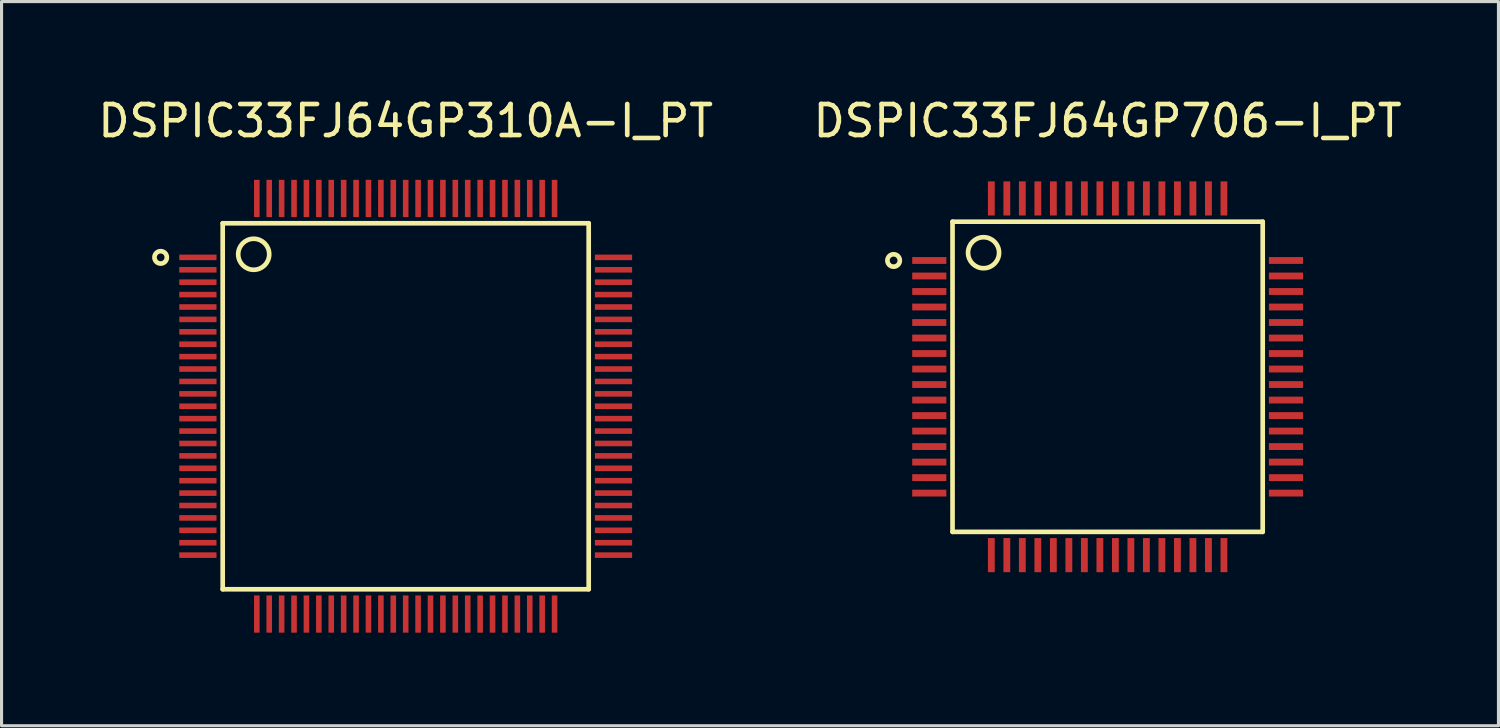
<source format=kicad_pcb>
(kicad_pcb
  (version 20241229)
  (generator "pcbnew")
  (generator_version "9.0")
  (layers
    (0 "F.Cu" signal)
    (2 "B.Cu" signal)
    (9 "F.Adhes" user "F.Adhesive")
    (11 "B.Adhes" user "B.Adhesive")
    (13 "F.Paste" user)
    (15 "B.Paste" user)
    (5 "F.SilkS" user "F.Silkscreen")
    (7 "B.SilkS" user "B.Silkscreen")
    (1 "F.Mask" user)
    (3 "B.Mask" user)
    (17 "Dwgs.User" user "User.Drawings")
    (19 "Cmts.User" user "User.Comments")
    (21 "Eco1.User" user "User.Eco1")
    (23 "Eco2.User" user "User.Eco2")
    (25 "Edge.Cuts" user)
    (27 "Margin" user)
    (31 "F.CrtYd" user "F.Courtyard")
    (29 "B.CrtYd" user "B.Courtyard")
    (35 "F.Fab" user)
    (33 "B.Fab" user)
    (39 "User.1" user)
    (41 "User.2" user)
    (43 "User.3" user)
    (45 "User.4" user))
  (footprint "DSPIC33FJ64GP310A-I_PT"
    (layer "F.Cu")
    (at 3.33 3.348)
    (property "Reference" "DSPIC33FJ64GP310A-I_PT" (at 6.7 -2.5 0) (layer "F.SilkS") (effects (font (size 1 1) (thickness 0.15))))
    (attr through_hole)
    (fp_line (start 0.8 0.8) (end 0.8 12.6) (stroke (width 0.15) (type solid)) (layer "F.SilkS"))
    (fp_line (start 0.8 0.8) (end 12.6 0.8) (stroke (width 0.15) (type solid)) (layer "F.SilkS"))
    (fp_line (start 0.8 12.6) (end 12.6 12.6) (stroke (width 0.15) (type solid)) (layer "F.SilkS"))
    (fp_line (start 12.6 12.6) (end 12.6 0.8) (stroke (width 0.15) (type solid)) (layer "F.SilkS"))
    (fp_circle (center -1.2 1.9) (end -1.2 1.7) (stroke (width 0.15) (type solid)) (fill no) (layer "F.SilkS"))
    (fp_circle (center 1.8 1.8) (end 1.8 1.3) (stroke (width 0.15) (type solid)) (fill no) (layer "F.SilkS"))
    (pad "1" smd rect (at 0 1.9) (size 1.2 0.18) (layers "F.Cu" "F.Mask" "F.Paste"))
    (pad "2" smd rect (at 0 2.3) (size 1.2 0.18) (layers "F.Cu" "F.Mask" "F.Paste"))
    (pad "3" smd rect (at 0 2.7) (size 1.2 0.18) (layers "F.Cu" "F.Mask" "F.Paste"))
    (pad "4" smd rect (at 0 3.1) (size 1.2 0.18) (layers "F.Cu" "F.Mask" "F.Paste"))
    (pad "5" smd rect (at 0 3.5) (size 1.2 0.18) (layers "F.Cu" "F.Mask" "F.Paste"))
    (pad "6" smd rect (at 0 3.9) (size 1.2 0.18) (layers "F.Cu" "F.Mask" "F.Paste"))
    (pad "7" smd rect (at 0 4.3) (size 1.2 0.18) (layers "F.Cu" "F.Mask" "F.Paste"))
    (pad "8" smd rect (at 0 4.7) (size 1.2 0.18) (layers "F.Cu" "F.Mask" "F.Paste"))
    (pad "9" smd rect (at 0 5.1) (size 1.2 0.18) (layers "F.Cu" "F.Mask" "F.Paste"))
    (pad "10" smd rect (at 0 5.5) (size 1.2 0.18) (layers "F.Cu" "F.Mask" "F.Paste"))
    (pad "11" smd rect (at 0 5.9) (size 1.2 0.18) (layers "F.Cu" "F.Mask" "F.Paste"))
    (pad "12" smd rect (at 0 6.3) (size 1.2 0.18) (layers "F.Cu" "F.Mask" "F.Paste"))
    (pad "13" smd rect (at 0 6.7) (size 1.2 0.18) (layers "F.Cu" "F.Mask" "F.Paste"))
    (pad "14" smd rect (at 0 7.1) (size 1.2 0.18) (layers "F.Cu" "F.Mask" "F.Paste"))
    (pad "15" smd rect (at 0 7.5) (size 1.2 0.18) (layers "F.Cu" "F.Mask" "F.Paste"))
    (pad "16" smd rect (at 0 7.9) (size 1.2 0.18) (layers "F.Cu" "F.Mask" "F.Paste"))
    (pad "17" smd rect (at 0 8.3) (size 1.2 0.18) (layers "F.Cu" "F.Mask" "F.Paste"))
    (pad "18" smd rect (at 0 8.7) (size 1.2 0.18) (layers "F.Cu" "F.Mask" "F.Paste"))
    (pad "19" smd rect (at 0 9.1) (size 1.2 0.18) (layers "F.Cu" "F.Mask" "F.Paste"))
    (pad "20" smd rect (at 0 9.5) (size 1.2 0.18) (layers "F.Cu" "F.Mask" "F.Paste"))
    (pad "21" smd rect (at 0 9.9) (size 1.2 0.18) (layers "F.Cu" "F.Mask" "F.Paste"))
    (pad "22" smd rect (at 0 10.3) (size 1.2 0.18) (layers "F.Cu" "F.Mask" "F.Paste"))
    (pad "23" smd rect (at 0 10.7) (size 1.2 0.18) (layers "F.Cu" "F.Mask" "F.Paste"))
    (pad "24" smd rect (at 0 11.1) (size 1.2 0.18) (layers "F.Cu" "F.Mask" "F.Paste"))
    (pad "25" smd rect (at 0 11.5) (size 1.2 0.18) (layers "F.Cu" "F.Mask" "F.Paste"))
    (pad "26" smd rect (at 1.9 13.4) (size 0.18 1.2) (layers "F.Cu" "F.Mask" "F.Paste"))
    (pad "27" smd rect (at 2.3 13.4) (size 0.18 1.2) (layers "F.Cu" "F.Mask" "F.Paste"))
    (pad "28" smd rect (at 2.7 13.4) (size 0.18 1.2) (layers "F.Cu" "F.Mask" "F.Paste"))
    (pad "29" smd rect (at 3.1 13.4) (size 0.18 1.2) (layers "F.Cu" "F.Mask" "F.Paste"))
    (pad "30" smd rect (at 3.5 13.4) (size 0.18 1.2) (layers "F.Cu" "F.Mask" "F.Paste"))
    (pad "31" smd rect (at 3.9 13.4) (size 0.18 1.2) (layers "F.Cu" "F.Mask" "F.Paste"))
    (pad "32" smd rect (at 4.3 13.4) (size 0.18 1.2) (layers "F.Cu" "F.Mask" "F.Paste"))
    (pad "33" smd rect (at 4.7 13.4) (size 0.18 1.2) (layers "F.Cu" "F.Mask" "F.Paste"))
    (pad "34" smd rect (at 5.1 13.4) (size 0.18 1.2) (layers "F.Cu" "F.Mask" "F.Paste"))
    (pad "35" smd rect (at 5.5 13.4) (size 0.18 1.2) (layers "F.Cu" "F.Mask" "F.Paste"))
    (pad "36" smd rect (at 5.9 13.4) (size 0.18 1.2) (layers "F.Cu" "F.Mask" "F.Paste"))
    (pad "37" smd rect (at 6.3 13.4) (size 0.18 1.2) (layers "F.Cu" "F.Mask" "F.Paste"))
    (pad "38" smd rect (at 6.7 13.4) (size 0.18 1.2) (layers "F.Cu" "F.Mask" "F.Paste"))
    (pad "39" smd rect (at 7.1 13.4) (size 0.18 1.2) (layers "F.Cu" "F.Mask" "F.Paste"))
    (pad "40" smd rect (at 7.5 13.4) (size 0.18 1.2) (layers "F.Cu" "F.Mask" "F.Paste"))
    (pad "41" smd rect (at 7.9 13.4) (size 0.18 1.2) (layers "F.Cu" "F.Mask" "F.Paste"))
    (pad "42" smd rect (at 8.3 13.4) (size 0.18 1.2) (layers "F.Cu" "F.Mask" "F.Paste"))
    (pad "43" smd rect (at 8.7 13.4) (size 0.18 1.2) (layers "F.Cu" "F.Mask" "F.Paste"))
    (pad "44" smd rect (at 9.1 13.4) (size 0.18 1.2) (layers "F.Cu" "F.Mask" "F.Paste"))
    (pad "45" smd rect (at 9.5 13.4) (size 0.18 1.2) (layers "F.Cu" "F.Mask" "F.Paste"))
    (pad "46" smd rect (at 9.9 13.4) (size 0.18 1.2) (layers "F.Cu" "F.Mask" "F.Paste"))
    (pad "47" smd rect (at 10.3 13.4) (size 0.18 1.2) (layers "F.Cu" "F.Mask" "F.Paste"))
    (pad "48" smd rect (at 10.7 13.4) (size 0.18 1.2) (layers "F.Cu" "F.Mask" "F.Paste"))
    (pad "49" smd rect (at 11.1 13.4) (size 0.18 1.2) (layers "F.Cu" "F.Mask" "F.Paste"))
    (pad "50" smd rect (at 11.5 13.4) (size 0.18 1.2) (layers "F.Cu" "F.Mask" "F.Paste"))
    (pad "51" smd rect (at 13.4 11.5) (size 1.2 0.18) (layers "F.Cu" "F.Mask" "F.Paste"))
    (pad "52" smd rect (at 13.4 11.1) (size 1.2 0.18) (layers "F.Cu" "F.Mask" "F.Paste"))
    (pad "53" smd rect (at 13.4 10.7) (size 1.2 0.18) (layers "F.Cu" "F.Mask" "F.Paste"))
    (pad "54" smd rect (at 13.4 10.3) (size 1.2 0.18) (layers "F.Cu" "F.Mask" "F.Paste"))
    (pad "55" smd rect (at 13.4 9.9) (size 1.2 0.18) (layers "F.Cu" "F.Mask" "F.Paste"))
    (pad "56" smd rect (at 13.4 9.5) (size 1.2 0.18) (layers "F.Cu" "F.Mask" "F.Paste"))
    (pad "57" smd rect (at 13.4 9.1) (size 1.2 0.18) (layers "F.Cu" "F.Mask" "F.Paste"))
    (pad "58" smd rect (at 13.4 8.7) (size 1.2 0.18) (layers "F.Cu" "F.Mask" "F.Paste"))
    (pad "59" smd rect (at 13.4 8.3) (size 1.2 0.18) (layers "F.Cu" "F.Mask" "F.Paste"))
    (pad "60" smd rect (at 13.4 7.9) (size 1.2 0.18) (layers "F.Cu" "F.Mask" "F.Paste"))
    (pad "61" smd rect (at 13.4 7.5) (size 1.2 0.18) (layers "F.Cu" "F.Mask" "F.Paste"))
    (pad "62" smd rect (at 13.4 7.1) (size 1.2 0.18) (layers "F.Cu" "F.Mask" "F.Paste"))
    (pad "63" smd rect (at 13.4 6.7) (size 1.2 0.18) (layers "F.Cu" "F.Mask" "F.Paste"))
    (pad "64" smd rect (at 13.4 6.3) (size 1.2 0.18) (layers "F.Cu" "F.Mask" "F.Paste"))
    (pad "65" smd rect (at 13.4 5.9) (size 1.2 0.18) (layers "F.Cu" "F.Mask" "F.Paste"))
    (pad "66" smd rect (at 13.4 5.5) (size 1.2 0.18) (layers "F.Cu" "F.Mask" "F.Paste"))
    (pad "67" smd rect (at 13.4 5.1) (size 1.2 0.18) (layers "F.Cu" "F.Mask" "F.Paste"))
    (pad "68" smd rect (at 13.4 4.7) (size 1.2 0.18) (layers "F.Cu" "F.Mask" "F.Paste"))
    (pad "69" smd rect (at 13.4 4.3) (size 1.2 0.18) (layers "F.Cu" "F.Mask" "F.Paste"))
    (pad "70" smd rect (at 13.4 3.9) (size 1.2 0.18) (layers "F.Cu" "F.Mask" "F.Paste"))
    (pad "71" smd rect (at 13.4 3.5) (size 1.2 0.18) (layers "F.Cu" "F.Mask" "F.Paste"))
    (pad "72" smd rect (at 13.4 3.1) (size 1.2 0.18) (layers "F.Cu" "F.Mask" "F.Paste"))
    (pad "73" smd rect (at 13.4 2.7) (size 1.2 0.18) (layers "F.Cu" "F.Mask" "F.Paste"))
    (pad "74" smd rect (at 13.4 2.3) (size 1.2 0.18) (layers "F.Cu" "F.Mask" "F.Paste"))
    (pad "75" smd rect (at 13.4 1.9) (size 1.2 0.18) (layers "F.Cu" "F.Mask" "F.Paste"))
    (pad "76" smd rect (at 11.5 0) (size 0.18 1.2) (layers "F.Cu" "F.Mask" "F.Paste"))
    (pad "77" smd rect (at 11.1 0) (size 0.18 1.2) (layers "F.Cu" "F.Mask" "F.Paste"))
    (pad "78" smd rect (at 10.7 0) (size 0.18 1.2) (layers "F.Cu" "F.Mask" "F.Paste"))
    (pad "79" smd rect (at 10.3 0) (size 0.18 1.2) (layers "F.Cu" "F.Mask" "F.Paste"))
    (pad "80" smd rect (at 9.9 0) (size 0.18 1.2) (layers "F.Cu" "F.Mask" "F.Paste"))
    (pad "81" smd rect (at 9.5 0) (size 0.18 1.2) (layers "F.Cu" "F.Mask" "F.Paste"))
    (pad "82" smd rect (at 9.1 0) (size 0.18 1.2) (layers "F.Cu" "F.Mask" "F.Paste"))
    (pad "83" smd rect (at 8.7 0) (size 0.18 1.2) (layers "F.Cu" "F.Mask" "F.Paste"))
    (pad "84" smd rect (at 8.3 0) (size 0.18 1.2) (layers "F.Cu" "F.Mask" "F.Paste"))
    (pad "85" smd rect (at 7.9 0) (size 0.18 1.2) (layers "F.Cu" "F.Mask" "F.Paste"))
    (pad "86" smd rect (at 7.5 0) (size 0.18 1.2) (layers "F.Cu" "F.Mask" "F.Paste"))
    (pad "87" smd rect (at 7.1 0) (size 0.18 1.2) (layers "F.Cu" "F.Mask" "F.Paste"))
    (pad "88" smd rect (at 6.7 0) (size 0.18 1.2) (layers "F.Cu" "F.Mask" "F.Paste"))
    (pad "89" smd rect (at 6.3 0) (size 0.18 1.2) (layers "F.Cu" "F.Mask" "F.Paste"))
    (pad "90" smd rect (at 5.9 0) (size 0.18 1.2) (layers "F.Cu" "F.Mask" "F.Paste"))
    (pad "91" smd rect (at 5.5 0) (size 0.18 1.2) (layers "F.Cu" "F.Mask" "F.Paste"))
    (pad "92" smd rect (at 5.1 0) (size 0.18 1.2) (layers "F.Cu" "F.Mask" "F.Paste"))
    (pad "93" smd rect (at 4.7 0) (size 0.18 1.2) (layers "F.Cu" "F.Mask" "F.Paste"))
    (pad "94" smd rect (at 4.3 0) (size 0.18 1.2) (layers "F.Cu" "F.Mask" "F.Paste"))
    (pad "95" smd rect (at 3.9 0) (size 0.18 1.2) (layers "F.Cu" "F.Mask" "F.Paste"))
    (pad "96" smd rect (at 3.5 0) (size 0.18 1.2) (layers "F.Cu" "F.Mask" "F.Paste"))
    (pad "97" smd rect (at 3.1 0) (size 0.18 1.2) (layers "F.Cu" "F.Mask" "F.Paste"))
    (pad "98" smd rect (at 2.7 0) (size 0.18 1.2) (layers "F.Cu" "F.Mask" "F.Paste"))
    (pad "99" smd rect (at 2.3 0) (size 0.18 1.2) (layers "F.Cu" "F.Mask" "F.Paste"))
    (pad "100" smd rect (at 1.9 0) (size 0.18 1.2) (layers "F.Cu" "F.Mask" "F.Paste")))
  (footprint "DSPIC33FJ64GP706-I_PT"
    (layer "F.Cu")
    (at 26.911 3.348)
    (property "Reference" "DSPIC33FJ64GP706-I_PT" (at 5.75 -2.5 0) (layer "F.SilkS") (effects (font (size 1 1) (thickness 0.15))))
    (attr through_hole)
    (fp_line (start 0.75 0.75) (end 0.75 10.75) (stroke (width 0.15) (type solid)) (layer "F.SilkS"))
    (fp_line (start 0.75 0.75) (end 10.75 0.75) (stroke (width 0.15) (type solid)) (layer "F.SilkS"))
    (fp_line (start 0.75 10.75) (end 10.75 10.75) (stroke (width 0.15) (type solid)) (layer "F.SilkS"))
    (fp_line (start 10.75 10.75) (end 10.75 0.75) (stroke (width 0.15) (type solid)) (layer "F.SilkS"))
    (fp_circle (center -1.15 2) (end -1.15 1.8) (stroke (width 0.15) (type solid)) (fill no) (layer "F.SilkS"))
    (fp_circle (center 1.75 1.75) (end 1.75 1.25) (stroke (width 0.15) (type solid)) (fill no) (layer "F.SilkS"))
    (pad "1" smd rect (at 0 2) (size 1.1 0.22) (layers "F.Cu" "F.Mask" "F.Paste"))
    (pad "2" smd rect (at 0 2.5) (size 1.1 0.22) (layers "F.Cu" "F.Mask" "F.Paste"))
    (pad "3" smd rect (at 0 3) (size 1.1 0.22) (layers "F.Cu" "F.Mask" "F.Paste"))
    (pad "4" smd rect (at 0 3.5) (size 1.1 0.22) (layers "F.Cu" "F.Mask" "F.Paste"))
    (pad "5" smd rect (at 0 4) (size 1.1 0.22) (layers "F.Cu" "F.Mask" "F.Paste"))
    (pad "6" smd rect (at 0 4.5) (size 1.1 0.22) (layers "F.Cu" "F.Mask" "F.Paste"))
    (pad "7" smd rect (at 0 5) (size 1.1 0.22) (layers "F.Cu" "F.Mask" "F.Paste"))
    (pad "8" smd rect (at 0 5.5) (size 1.1 0.22) (layers "F.Cu" "F.Mask" "F.Paste"))
    (pad "9" smd rect (at 0 6) (size 1.1 0.22) (layers "F.Cu" "F.Mask" "F.Paste"))
    (pad "10" smd rect (at 0 6.5) (size 1.1 0.22) (layers "F.Cu" "F.Mask" "F.Paste"))
    (pad "11" smd rect (at 0 7) (size 1.1 0.22) (layers "F.Cu" "F.Mask" "F.Paste"))
    (pad "12" smd rect (at 0 7.5) (size 1.1 0.22) (layers "F.Cu" "F.Mask" "F.Paste"))
    (pad "13" smd rect (at 0 8) (size 1.1 0.22) (layers "F.Cu" "F.Mask" "F.Paste"))
    (pad "14" smd rect (at 0 8.5) (size 1.1 0.22) (layers "F.Cu" "F.Mask" "F.Paste"))
    (pad "15" smd rect (at 0 9) (size 1.1 0.22) (layers "F.Cu" "F.Mask" "F.Paste"))
    (pad "16" smd rect (at 0 9.5) (size 1.1 0.22) (layers "F.Cu" "F.Mask" "F.Paste"))
    (pad "17" smd rect (at 2 11.5) (size 0.22 1.1) (layers "F.Cu" "F.Mask" "F.Paste"))
    (pad "18" smd rect (at 2.5 11.5) (size 0.22 1.1) (layers "F.Cu" "F.Mask" "F.Paste"))
    (pad "19" smd rect (at 3 11.5) (size 0.22 1.1) (layers "F.Cu" "F.Mask" "F.Paste"))
    (pad "20" smd rect (at 3.5 11.5) (size 0.22 1.1) (layers "F.Cu" "F.Mask" "F.Paste"))
    (pad "21" smd rect (at 4 11.5) (size 0.22 1.1) (layers "F.Cu" "F.Mask" "F.Paste"))
    (pad "22" smd rect (at 4.5 11.5) (size 0.22 1.1) (layers "F.Cu" "F.Mask" "F.Paste"))
    (pad "23" smd rect (at 5 11.5) (size 0.22 1.1) (layers "F.Cu" "F.Mask" "F.Paste"))
    (pad "24" smd rect (at 5.5 11.5) (size 0.22 1.1) (layers "F.Cu" "F.Mask" "F.Paste"))
    (pad "25" smd rect (at 6 11.5) (size 0.22 1.1) (layers "F.Cu" "F.Mask" "F.Paste"))
    (pad "26" smd rect (at 6.5 11.5) (size 0.22 1.1) (layers "F.Cu" "F.Mask" "F.Paste"))
    (pad "27" smd rect (at 7 11.5) (size 0.22 1.1) (layers "F.Cu" "F.Mask" "F.Paste"))
    (pad "28" smd rect (at 7.5 11.5) (size 0.22 1.1) (layers "F.Cu" "F.Mask" "F.Paste"))
    (pad "29" smd rect (at 8 11.5) (size 0.22 1.1) (layers "F.Cu" "F.Mask" "F.Paste"))
    (pad "30" smd rect (at 8.5 11.5) (size 0.22 1.1) (layers "F.Cu" "F.Mask" "F.Paste"))
    (pad "31" smd rect (at 9 11.5) (size 0.22 1.1) (layers "F.Cu" "F.Mask" "F.Paste"))
    (pad "32" smd rect (at 9.5 11.5) (size 0.22 1.1) (layers "F.Cu" "F.Mask" "F.Paste"))
    (pad "33" smd rect (at 11.5 9.5) (size 1.1 0.22) (layers "F.Cu" "F.Mask" "F.Paste"))
    (pad "34" smd rect (at 11.5 9) (size 1.1 0.22) (layers "F.Cu" "F.Mask" "F.Paste"))
    (pad "35" smd rect (at 11.5 8.5) (size 1.1 0.22) (layers "F.Cu" "F.Mask" "F.Paste"))
    (pad "36" smd rect (at 11.5 8) (size 1.1 0.22) (layers "F.Cu" "F.Mask" "F.Paste"))
    (pad "37" smd rect (at 11.5 7.5) (size 1.1 0.22) (layers "F.Cu" "F.Mask" "F.Paste"))
    (pad "38" smd rect (at 11.5 7) (size 1.1 0.22) (layers "F.Cu" "F.Mask" "F.Paste"))
    (pad "39" smd rect (at 11.5 6.5) (size 1.1 0.22) (layers "F.Cu" "F.Mask" "F.Paste"))
    (pad "40" smd rect (at 11.5 6) (size 1.1 0.22) (layers "F.Cu" "F.Mask" "F.Paste"))
    (pad "41" smd rect (at 11.5 5.5) (size 1.1 0.22) (layers "F.Cu" "F.Mask" "F.Paste"))
    (pad "42" smd rect (at 11.5 5) (size 1.1 0.22) (layers "F.Cu" "F.Mask" "F.Paste"))
    (pad "43" smd rect (at 11.5 4.5) (size 1.1 0.22) (layers "F.Cu" "F.Mask" "F.Paste"))
    (pad "44" smd rect (at 11.5 4) (size 1.1 0.22) (layers "F.Cu" "F.Mask" "F.Paste"))
    (pad "45" smd rect (at 11.5 3.5) (size 1.1 0.22) (layers "F.Cu" "F.Mask" "F.Paste"))
    (pad "46" smd rect (at 11.5 3) (size 1.1 0.22) (layers "F.Cu" "F.Mask" "F.Paste"))
    (pad "47" smd rect (at 11.5 2.5) (size 1.1 0.22) (layers "F.Cu" "F.Mask" "F.Paste"))
    (pad "48" smd rect (at 11.5 2) (size 1.1 0.22) (layers "F.Cu" "F.Mask" "F.Paste"))
    (pad "49" smd rect (at 9.5 0) (size 0.22 1.1) (layers "F.Cu" "F.Mask" "F.Paste"))
    (pad "50" smd rect (at 9 0) (size 0.22 1.1) (layers "F.Cu" "F.Mask" "F.Paste"))
    (pad "51" smd rect (at 8.5 0) (size 0.22 1.1) (layers "F.Cu" "F.Mask" "F.Paste"))
    (pad "52" smd rect (at 8 0) (size 0.22 1.1) (layers "F.Cu" "F.Mask" "F.Paste"))
    (pad "53" smd rect (at 7.5 0) (size 0.22 1.1) (layers "F.Cu" "F.Mask" "F.Paste"))
    (pad "54" smd rect (at 7 0) (size 0.22 1.1) (layers "F.Cu" "F.Mask" "F.Paste"))
    (pad "55" smd rect (at 6.5 0) (size 0.22 1.1) (layers "F.Cu" "F.Mask" "F.Paste"))
    (pad "56" smd rect (at 6 0) (size 0.22 1.1) (layers "F.Cu" "F.Mask" "F.Paste"))
    (pad "57" smd rect (at 5.5 0) (size 0.22 1.1) (layers "F.Cu" "F.Mask" "F.Paste"))
    (pad "58" smd rect (at 5 0) (size 0.22 1.1) (layers "F.Cu" "F.Mask" "F.Paste"))
    (pad "59" smd rect (at 4.5 0) (size 0.22 1.1) (layers "F.Cu" "F.Mask" "F.Paste"))
    (pad "60" smd rect (at 4 0) (size 0.22 1.1) (layers "F.Cu" "F.Mask" "F.Paste"))
    (pad "61" smd rect (at 3.5 0) (size 0.22 1.1) (layers "F.Cu" "F.Mask" "F.Paste"))
    (pad "62" smd rect (at 3 0) (size 0.22 1.1) (layers "F.Cu" "F.Mask" "F.Paste"))
    (pad "63" smd rect (at 2.5 0) (size 0.22 1.1) (layers "F.Cu" "F.Mask" "F.Paste"))
    (pad "64" smd rect (at 2 0) (size 0.22 1.1) (layers "F.Cu" "F.Mask" "F.Paste")))
  (gr_rect
    (start -3 -3)
    (end 45.262 20.348)
    (stroke (width 0.1) (type default))
    (fill no)
    (layer "Edge.Cuts")))
</source>
